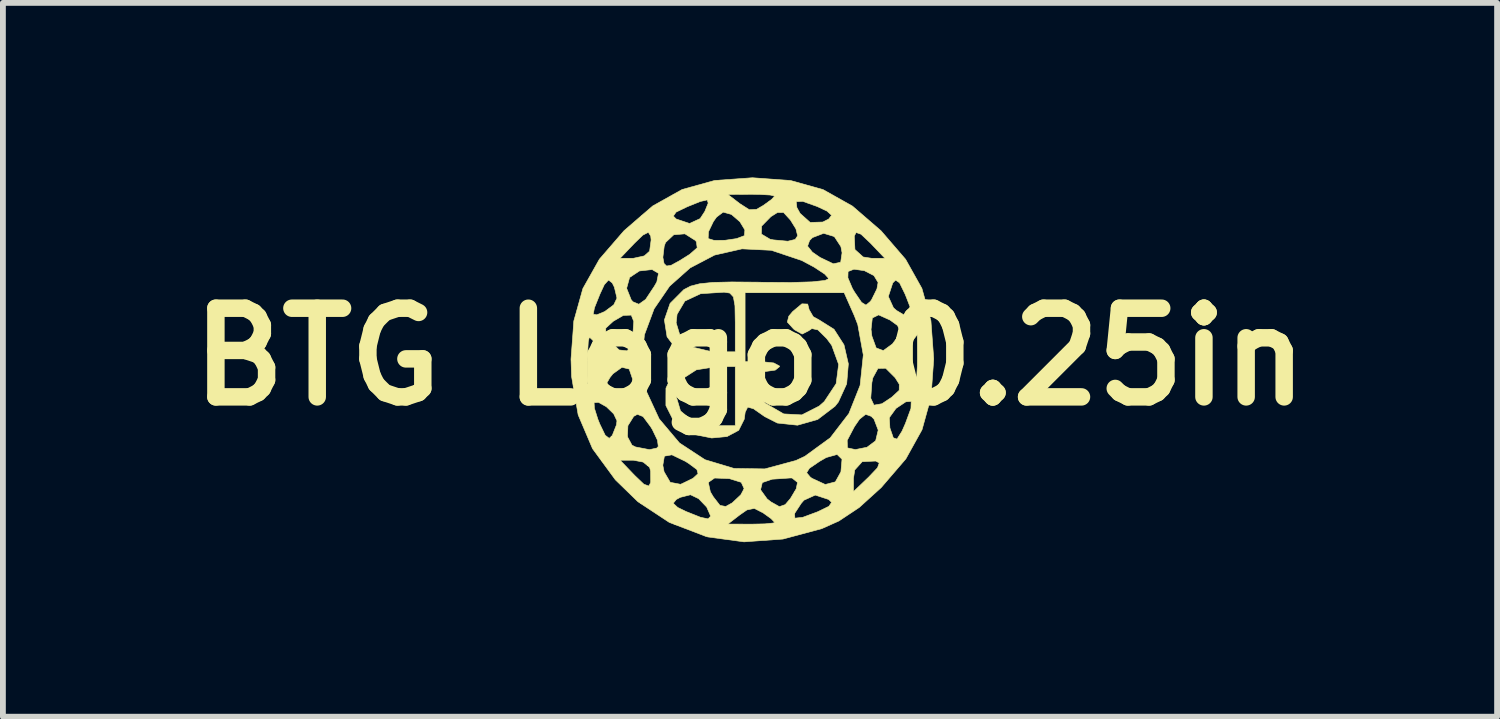
<source format=kicad_pcb>
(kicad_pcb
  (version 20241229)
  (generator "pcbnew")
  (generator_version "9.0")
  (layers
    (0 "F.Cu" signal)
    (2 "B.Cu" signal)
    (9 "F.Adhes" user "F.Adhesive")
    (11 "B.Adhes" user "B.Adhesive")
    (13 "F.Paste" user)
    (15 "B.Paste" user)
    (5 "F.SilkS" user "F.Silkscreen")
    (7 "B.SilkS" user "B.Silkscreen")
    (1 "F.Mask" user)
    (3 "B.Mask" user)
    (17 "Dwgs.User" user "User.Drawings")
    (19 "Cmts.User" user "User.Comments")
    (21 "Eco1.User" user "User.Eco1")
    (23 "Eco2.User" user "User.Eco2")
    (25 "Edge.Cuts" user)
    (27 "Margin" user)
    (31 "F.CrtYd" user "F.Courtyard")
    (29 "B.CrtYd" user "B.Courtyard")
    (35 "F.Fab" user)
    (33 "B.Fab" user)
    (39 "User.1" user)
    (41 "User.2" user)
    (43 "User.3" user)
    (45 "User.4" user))
  (footprint "BTG Logo 0.25in"
    (layer "F.Cu")
    (at 9.841 3.082)
    (property "Reference" "BTG Logo 0.25in" (at 0 0 0) (layer "F.SilkS") (effects (font (size 1.524 1.524) (thickness 0.3))))
    (attr through_hole)
    (fp_poly (pts (xy 0.699 -3.029) (xy 1.256 -2.873) (xy 1.76 -2.59) (xy 2.251 -2.166) (xy 2.674 -1.675) (xy 2.954 -1.175) (xy 3.109 -0.62) (xy 3.157 0.035) (xy 3.157 0.042) (xy 3.11 0.698) (xy 2.956 1.254) (xy 2.678 1.755) (xy 2.256 2.246) (xy 2.251 2.251) (xy 1.877 2.59) (xy 1.528 2.822) (xy 1.233 2.954) (xy 0.566 3.133) (xy -0.103 3.181) (xy -0.724 3.097) (xy -0.76 3.087) (xy -1.314 2.875) (xy -0.381 2.875) (xy 0.021 2.877) (xy 0.256 2.872) (xy 0.401 2.857) (xy 0.423 2.846) (xy 0.361 2.781) (xy 0.241 2.695) (xy 0.765 2.695) (xy 0.771 2.774) (xy 0.907 2.759) (xy 1.165 2.663) (xy 1.356 2.57) (xy 1.402 2.502) (xy 1.353 2.453) (xy 1.121 2.377) (xy 0.927 2.465) (xy 0.88 2.519) (xy 0.765 2.695) (xy 0.241 2.695) (xy 0.228 2.685) (xy 0.074 2.606) (xy -0.053 2.632) (xy -0.174 2.716) (xy -0.381 2.875) (xy -1.314 2.875) (xy -1.389 2.846) (xy -1.886 2.518) (xy -1.32 2.518) (xy -1.243 2.59) (xy -1.099 2.66) (xy -0.85 2.759) (xy -0.721 2.786) (xy -0.68 2.744) (xy -0.68 2.731) (xy -0.745 2.583) (xy -0.883 2.439) (xy -1.022 2.372) (xy -1.025 2.372) (xy -1.199 2.416) (xy -1.268 2.453) (xy -1.32 2.518) (xy -1.886 2.518) (xy -1.928 2.49) (xy -2.314 2.115) (xy -2.561 1.778) (xy -2.233 1.778) (xy -1.984 2.038) (xy -1.824 2.191) (xy -1.739 2.221) (xy -1.707 2.16) (xy -1.709 1.964) (xy -1.726 1.9) (xy -1.769 1.865) (xy -1.499 1.865) (xy -1.477 1.977) (xy -1.371 2.158) (xy -1.193 2.192) (xy -1.123 2.159) (xy -0.717 2.159) (xy -0.682 2.321) (xy -0.631 2.407) (xy -0.517 2.554) (xy -0.418 2.573) (xy -0.306 2.511) (xy -0.158 2.372) (xy -0.112 2.286) (xy 0.181 2.286) (xy 0.293 2.442) (xy 0.359 2.494) (xy 0.505 2.576) (xy 0.605 2.541) (xy 0.695 2.435) (xy 0.794 2.269) (xy 0.816 2.159) (xy 0.723 2.084) (xy 0.691 2.083) (xy 0.534 2.094) (xy 0.381 2.104) (xy 0.211 2.162) (xy 0.181 2.286) (xy -0.112 2.286) (xy -0.102 2.265) (xy -0.151 2.158) (xy -0.356 2.094) (xy -0.609 2.084) (xy -0.717 2.159) (xy -1.123 2.159) (xy -0.98 2.089) (xy -0.894 2.01) (xy -0.898 1.993) (xy 0.973 1.993) (xy 1.035 2.067) (xy 1.064 2.089) (xy 1.293 2.195) (xy 1.466 2.15) (xy 1.501 2.088) (xy 1.778 2.088) (xy 1.778 2.318) (xy 2.038 2.069) (xy 2.191 1.908) (xy 2.221 1.824) (xy 2.16 1.792) (xy 1.928 1.803) (xy 1.8 1.945) (xy 1.778 2.088) (xy 1.501 2.088) (xy 1.562 1.977) (xy 1.581 1.761) (xy 1.497 1.679) (xy 1.311 1.731) (xy 1.196 1.797) (xy 1.02 1.917) (xy 0.973 1.993) (xy -0.898 1.993) (xy -0.913 1.938) (xy -1.056 1.832) (xy -1.111 1.797) (xy -1.343 1.685) (xy -1.472 1.708) (xy -1.499 1.865) (xy -1.769 1.865) (xy -1.836 1.81) (xy -2.003 1.778) (xy -2.233 1.778) (xy -2.561 1.778) (xy -2.707 1.579) (xy -2.954 0.998) (xy -2.99 0.789) (xy -2.68 0.789) (xy -2.675 0.884) (xy -2.615 1.074) (xy -2.583 1.154) (xy -2.489 1.349) (xy -2.42 1.402) (xy -2.39 1.374) (xy -2.107 1.374) (xy -2.029 1.519) (xy -1.968 1.55) (xy -1.728 1.596) (xy -1.602 1.569) (xy -1.577 1.541) (xy -1.591 1.433) (xy -1.679 1.25) (xy -1.709 1.201) (xy -1.838 1.028) (xy -1.936 0.989) (xy -1.999 1.024) (xy -2.099 1.184) (xy -2.107 1.374) (xy -2.39 1.374) (xy -2.368 1.353) (xy -2.296 1.171) (xy -2.287 1.1) (xy -2.343 0.981) (xy -2.469 0.859) (xy -2.605 0.783) (xy -2.68 0.789) (xy -2.99 0.789) (xy -3.039 0.505) (xy -2.492 0.505) (xy -2.457 0.605) (xy -2.35 0.695) (xy -2.159 0.802) (xy -2.031 0.794) (xy -1.998 0.691) (xy -2.01 0.534) (xy -2.019 0.381) (xy -2.077 0.211) (xy -2.201 0.181) (xy -2.357 0.293) (xy -2.409 0.359) (xy -2.492 0.505) (xy -3.039 0.505) (xy -3.067 0.339) (xy -3.076 0.064) (xy -2.792 0.064) (xy -2.79 0.466) (xy -2.631 0.259) (xy -2.533 0.105) (xy -1.863 0.105) (xy -1.775 0.607) (xy -1.562 1.067) (xy -1.212 1.482) (xy -0.774 1.769) (xy -0.275 1.919) (xy 0.255 1.927) (xy 0.788 1.783) (xy 0.942 1.711) (xy 1.318 1.437) (xy 1.67 1.437) (xy 1.674 1.566) (xy 1.811 1.595) (xy 2.011 1.555) (xy 2.159 1.444) (xy 2.203 1.26) (xy 2.132 1.074) (xy 2.106 1.046) (xy 2.394 1.046) (xy 2.404 1.223) (xy 2.463 1.394) (xy 2.527 1.414) (xy 2.612 1.279) (xy 2.671 1.146) (xy 2.766 0.887) (xy 2.77 0.766) (xy 2.678 0.774) (xy 2.509 0.887) (xy 2.394 1.046) (xy 2.106 1.046) (xy 2.084 1.024) (xy 1.987 0.989) (xy 1.882 1.073) (xy 1.794 1.201) (xy 1.67 1.437) (xy 1.318 1.437) (xy 1.378 1.394) (xy 1.699 0.976) (xy 1.804 0.713) (xy 2.075 0.713) (xy 2.13 0.831) (xy 2.268 0.807) (xy 2.435 0.696) (xy 2.564 0.577) (xy 2.565 0.472) (xy 2.494 0.359) (xy 2.332 0.197) (xy 2.199 0.2) (xy 2.11 0.364) (xy 2.094 0.445) (xy 2.075 0.713) (xy 1.804 0.713) (xy 1.892 0.491) (xy 1.945 -0.013) (xy 2.613 -0.013) (xy 2.619 0.112) (xy 2.685 0.228) (xy 2.789 0.371) (xy 2.846 0.423) (xy 2.865 0.347) (xy 2.876 0.154) (xy 2.877 0.021) (xy 2.875 -0.381) (xy 2.716 -0.174) (xy 2.613 -0.013) (xy 1.945 -0.013) (xy 1.947 -0.03) (xy 1.867 -0.47) (xy 2.08 -0.47) (xy 2.094 -0.356) (xy 2.168 -0.152) (xy 2.291 -0.106) (xy 2.447 -0.22) (xy 2.511 -0.306) (xy 2.579 -0.441) (xy 2.535 -0.538) (xy 2.407 -0.631) (xy 2.21 -0.72) (xy 2.102 -0.667) (xy 2.08 -0.47) (xy 1.867 -0.47) (xy 1.852 -0.553) (xy 1.792 -0.708) (xy 1.618 -1.101) (xy -0.085 -1.101) (xy -0.085 0.085) (xy 0.212 0.085) (xy 0.408 0.106) (xy 0.505 0.158) (xy 0.508 0.169) (xy 0.434 0.229) (xy 0.257 0.254) (xy 0.254 0.254) (xy 0.058 0.3) (xy -0.001 0.424) (xy 0.076 0.605) (xy 0.26 0.797) (xy 0.579 0.982) (xy 0.89 0.999) (xy 1.189 0.847) (xy 1.277 0.769) (xy 1.48 0.462) (xy 1.523 0.131) (xy 1.404 -0.197) (xy 1.318 -0.313) (xy 1.167 -0.462) (xy 1.063 -0.485) (xy 1.006 -0.446) (xy 0.896 -0.39) (xy 0.763 -0.465) (xy 0.746 -0.481) (xy 0.641 -0.597) (xy 0.666 -0.697) (xy 0.732 -0.776) (xy 0.892 -0.91) (xy 0.991 -0.906) (xy 1.016 -0.81) (xy 1.086 -0.689) (xy 1.183 -0.636) (xy 1.443 -0.473) (xy 1.615 -0.205) (xy 1.69 0.122) (xy 1.661 0.465) (xy 1.518 0.778) (xy 1.46 0.851) (xy 1.162 1.078) (xy 0.816 1.176) (xy 0.47 1.139) (xy 0.252 1.028) (xy 0.059 0.893) (xy -0.04 0.865) (xy -0.083 0.952) (xy -0.1 1.074) (xy -0.195 1.264) (xy -0.395 1.371) (xy -0.659 1.396) (xy -0.945 1.338) (xy -1.21 1.195) (xy -1.316 1.096) (xy -1.446 0.838) (xy -1.446 0.677) (xy -1.27 0.677) (xy -1.195 0.931) (xy -0.985 1.105) (xy -0.66 1.183) (xy -0.574 1.185) (xy -0.254 1.185) (xy -0.254 0.169) (xy -0.574 0.169) (xy -0.922 0.224) (xy -1.16 0.377) (xy -1.266 0.615) (xy -1.27 0.677) (xy -1.446 0.677) (xy -1.445 0.539) (xy -1.315 0.263) (xy -1.281 0.224) (xy -1.161 0.079) (xy -1.156 -0.011) (xy -1.234 -0.09) (xy -1.426 -0.343) (xy -1.464 -0.584) (xy -1.27 -0.584) (xy -1.195 -0.337) (xy -0.984 -0.165) (xy -0.661 -0.088) (xy -0.574 -0.085) (xy -0.254 -0.085) (xy -0.254 -0.593) (xy -0.259 -0.876) (xy -0.286 -1.029) (xy -0.348 -1.095) (xy -0.445 -1.11) (xy -0.849 -1.084) (xy -1.12 -0.957) (xy -1.254 -0.73) (xy -1.27 -0.584) (xy -1.464 -0.584) (xy -1.472 -0.633) (xy -1.374 -0.917) (xy -1.138 -1.154) (xy -1.138 -1.154) (xy -1.02 -1.215) (xy -0.865 -1.255) (xy -0.641 -1.278) (xy -0.316 -1.286) (xy 0.141 -1.282) (xy 0.221 -1.28) (xy 0.707 -1.277) (xy 1.068 -1.288) (xy 1.289 -1.312) (xy 1.355 -1.343) (xy 1.342 -1.357) (xy 1.682 -1.357) (xy 1.76 -1.173) (xy 1.797 -1.111) (xy 1.917 -0.935) (xy 1.993 -0.888) (xy 2.067 -0.95) (xy 2.089 -0.98) (xy 2.117 -1.036) (xy 2.377 -1.036) (xy 2.465 -0.842) (xy 2.519 -0.795) (xy 2.689 -0.694) (xy 2.785 -0.693) (xy 2.794 -0.722) (xy 2.764 -0.822) (xy 2.69 -1.015) (xy 2.663 -1.081) (xy 2.57 -1.271) (xy 2.502 -1.318) (xy 2.453 -1.269) (xy 2.377 -1.036) (xy 2.117 -1.036) (xy 2.181 -1.167) (xy 2.201 -1.277) (xy 2.13 -1.395) (xy 1.965 -1.48) (xy 1.786 -1.505) (xy 1.685 -1.465) (xy 1.682 -1.357) (xy 1.342 -1.357) (xy 1.284 -1.421) (xy 1.102 -1.541) (xy 0.889 -1.655) (xy 0.367 -1.83) (xy -0.138 -1.855) (xy -0.609 -1.748) (xy -1.029 -1.528) (xy -1.382 -1.214) (xy -1.649 -0.824) (xy -1.815 -0.378) (xy -1.863 0.105) (xy -2.533 0.105) (xy -2.528 0.098) (xy -2.534 -0.027) (xy -2.601 -0.143) (xy -2.705 -0.286) (xy -2.761 -0.339) (xy -2.78 -0.263) (xy -2.791 -0.069) (xy -2.792 0.064) (xy -3.076 0.064) (xy -3.077 0.042) (xy -3.045 -0.387) (xy -2.48 -0.387) (xy -2.409 -0.274) (xy -2.249 -0.117) (xy -2.111 -0.102) (xy -2.029 -0.227) (xy -2.019 -0.296) (xy -2.006 -0.499) (xy -1.998 -0.607) (xy -2.041 -0.716) (xy -2.177 -0.711) (xy -2.35 -0.611) (xy -2.479 -0.493) (xy -2.48 -0.387) (xy -3.045 -0.387) (xy -3.029 -0.614) (xy -2.996 -0.731) (xy -2.695 -0.731) (xy -2.634 -0.721) (xy -2.498 -0.777) (xy -2.342 -0.893) (xy -2.287 -1.008) (xy -2.327 -1.177) (xy -2.121 -1.177) (xy -2.042 -0.979) (xy -2.012 -0.945) (xy -1.911 -0.903) (xy -1.794 -0.986) (xy -1.645 -1.211) (xy -1.602 -1.286) (xy -1.573 -1.434) (xy -1.682 -1.499) (xy -1.901 -1.475) (xy -2.07 -1.363) (xy -2.121 -1.177) (xy -2.327 -1.177) (xy -2.333 -1.199) (xy -2.368 -1.269) (xy -2.432 -1.319) (xy -2.504 -1.24) (xy -2.578 -1.081) (xy -2.674 -0.842) (xy -2.695 -0.731) (xy -2.996 -0.731) (xy -2.873 -1.172) (xy -2.59 -1.675) (xy -2.575 -1.693) (xy -2.233 -1.693) (xy -2.003 -1.693) (xy -1.93 -1.709) (xy -1.498 -1.709) (xy -1.478 -1.603) (xy -1.434 -1.56) (xy -1.356 -1.572) (xy -1.206 -1.654) (xy -1.036 -1.761) (xy -0.908 -1.873) (xy -0.912 -1.902) (xy 0.989 -1.902) (xy 1.072 -1.798) (xy 1.204 -1.707) (xy 1.432 -1.598) (xy 1.558 -1.625) (xy 1.582 -1.786) (xy 1.562 -1.893) (xy 1.449 -2.066) (xy 1.417 -2.076) (xy 1.792 -2.076) (xy 1.803 -1.843) (xy 1.945 -1.715) (xy 2.088 -1.693) (xy 2.318 -1.693) (xy 2.069 -1.954) (xy 1.908 -2.106) (xy 1.824 -2.136) (xy 1.792 -2.076) (xy 1.417 -2.076) (xy 1.265 -2.122) (xy 1.074 -2.049) (xy 1.024 -1.999) (xy 0.989 -1.902) (xy -0.912 -1.902) (xy -0.922 -1.977) (xy -0.94 -2) (xy -0.991 -2.032) (xy -0.72 -2.032) (xy -0.619 -2.001) (xy -0.431 -2.002) (xy -0.231 -2.031) (xy -0.098 -2.081) (xy -0.095 -2.083) (xy -0.094 -2.109) (xy 0.195 -2.109) (xy 0.345 -2.02) (xy 0.402 -2.009) (xy 0.65 -1.986) (xy 0.777 -2.017) (xy 0.818 -2.08) (xy 0.789 -2.198) (xy 0.695 -2.35) (xy 0.577 -2.479) (xy 0.472 -2.48) (xy 0.359 -2.409) (xy 0.199 -2.246) (xy 0.195 -2.109) (xy -0.094 -2.109) (xy -0.089 -2.181) (xy -0.174 -2.321) (xy -0.313 -2.441) (xy -0.325 -2.448) (xy -0.462 -2.486) (xy -0.575 -2.401) (xy -0.63 -2.324) (xy -0.714 -2.149) (xy -0.72 -2.032) (xy -0.991 -2.032) (xy -1.119 -2.113) (xy -1.311 -2.097) (xy -1.452 -1.964) (xy -1.475 -1.901) (xy -1.498 -1.709) (xy -1.93 -1.709) (xy -1.817 -1.734) (xy -1.726 -1.815) (xy -1.7 -2.007) (xy -1.707 -2.076) (xy -1.748 -2.139) (xy -1.842 -2.091) (xy -1.984 -1.954) (xy -2.233 -1.693) (xy -2.575 -1.693) (xy -2.166 -2.166) (xy -1.875 -2.418) (xy -1.318 -2.418) (xy -1.269 -2.368) (xy -1.039 -2.291) (xy -0.857 -2.375) (xy -0.777 -2.498) (xy -0.719 -2.641) (xy -0.736 -2.696) (xy -0.855 -2.669) (xy -1.081 -2.578) (xy -1.271 -2.486) (xy -1.318 -2.418) (xy -1.875 -2.418) (xy -1.671 -2.593) (xy -1.319 -2.79) (xy -0.381 -2.79) (xy -0.174 -2.631) (xy -0.013 -2.528) (xy 0.112 -2.534) (xy 0.228 -2.601) (xy 0.318 -2.666) (xy 0.794 -2.666) (xy 0.805 -2.565) (xy 0.861 -2.464) (xy 1.034 -2.309) (xy 1.251 -2.316) (xy 1.353 -2.368) (xy 1.402 -2.432) (xy 1.323 -2.504) (xy 1.154 -2.583) (xy 0.907 -2.671) (xy 0.794 -2.666) (xy 0.318 -2.666) (xy 0.371 -2.705) (xy 0.423 -2.761) (xy 0.347 -2.78) (xy 0.154 -2.791) (xy 0.021 -2.792) (xy -0.381 -2.79) (xy -1.319 -2.79) (xy -1.167 -2.875) (xy -0.609 -3.03) (xy 0.042 -3.077) (xy 0.699 -3.029)) (stroke (width 0.01) (type solid)) (fill yes) (layer "F.SilkS")))
  (gr_rect
    (start -3 -3)
    (end 22.681 9.268)
    (stroke (width 0.1) (type default))
    (fill no)
    (layer "Edge.Cuts")))
</source>
